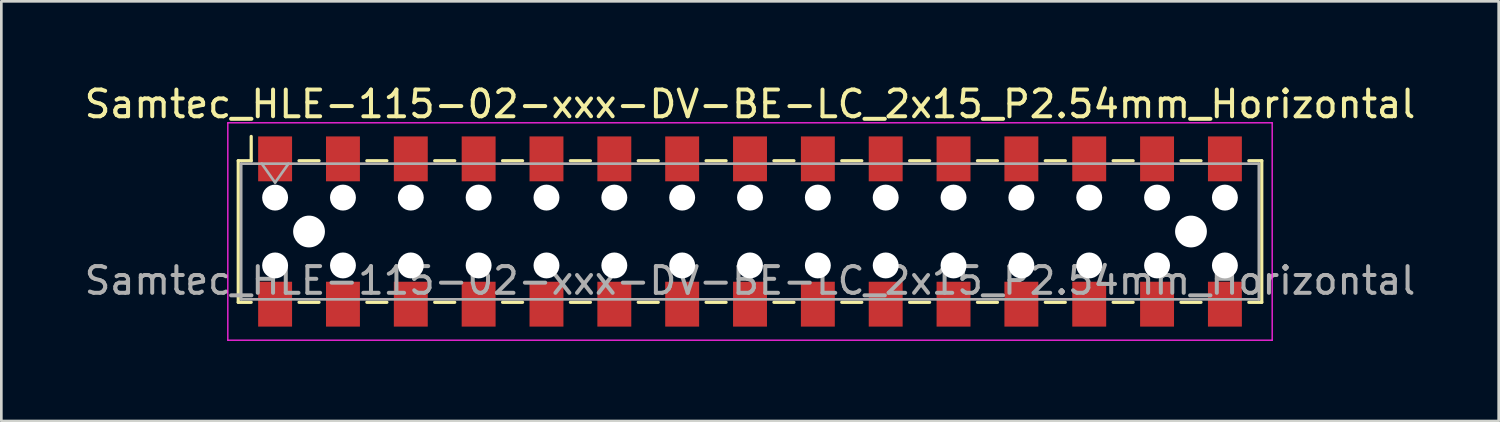
<source format=kicad_pcb>
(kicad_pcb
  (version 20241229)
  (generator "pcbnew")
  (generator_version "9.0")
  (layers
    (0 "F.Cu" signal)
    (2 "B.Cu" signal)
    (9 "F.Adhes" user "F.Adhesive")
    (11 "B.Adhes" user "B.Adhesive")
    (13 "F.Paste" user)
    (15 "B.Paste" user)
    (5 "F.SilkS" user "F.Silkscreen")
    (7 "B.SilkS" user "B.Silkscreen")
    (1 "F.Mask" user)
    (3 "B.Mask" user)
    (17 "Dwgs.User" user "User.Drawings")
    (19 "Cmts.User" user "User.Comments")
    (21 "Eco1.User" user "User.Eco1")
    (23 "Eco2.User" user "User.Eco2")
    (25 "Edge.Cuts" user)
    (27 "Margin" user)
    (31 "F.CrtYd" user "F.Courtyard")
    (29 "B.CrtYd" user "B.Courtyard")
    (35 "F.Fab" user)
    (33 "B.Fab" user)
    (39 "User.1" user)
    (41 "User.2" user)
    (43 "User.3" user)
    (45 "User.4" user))
  (footprint "Samtec_HLE-115-02-xxx-DV-BE-LC_2x15_P2.54mm_Horizontal"
    (layer "F.Cu")
    (at 25.03 5.618)
    (property "Reference" "Samtec_HLE-115-02-xxx-DV-BE-LC_2x15_P2.54mm_Horizontal" (at 0 -4.77 0) (layer "F.SilkS") (effects (font (size 1 1) (thickness 0.15))))
    (attr smd)
    (fp_line (start -19.16 -2.65) (end -19.16 2.65) (stroke (width 0.12) (type solid)) (layer "F.SilkS"))
    (fp_line (start -19.16 2.65) (end -18.675 2.65) (stroke (width 0.12) (type solid)) (layer "F.SilkS"))
    (fp_line (start -18.675 -3.56) (end -18.675 -2.65) (stroke (width 0.12) (type solid)) (layer "F.SilkS"))
    (fp_line (start -18.675 -2.65) (end -19.16 -2.65) (stroke (width 0.12) (type solid)) (layer "F.SilkS"))
    (fp_line (start -16.885 -2.65) (end -16.135 -2.65) (stroke (width 0.12) (type solid)) (layer "F.SilkS"))
    (fp_line (start -16.885 2.65) (end -16.135 2.65) (stroke (width 0.12) (type solid)) (layer "F.SilkS"))
    (fp_line (start -14.345 -2.65) (end -13.595 -2.65) (stroke (width 0.12) (type solid)) (layer "F.SilkS"))
    (fp_line (start -14.345 2.65) (end -13.595 2.65) (stroke (width 0.12) (type solid)) (layer "F.SilkS"))
    (fp_line (start -11.805 -2.65) (end -11.055 -2.65) (stroke (width 0.12) (type solid)) (layer "F.SilkS"))
    (fp_line (start -11.805 2.65) (end -11.055 2.65) (stroke (width 0.12) (type solid)) (layer "F.SilkS"))
    (fp_line (start -9.265 -2.65) (end -8.515 -2.65) (stroke (width 0.12) (type solid)) (layer "F.SilkS"))
    (fp_line (start -9.265 2.65) (end -8.515 2.65) (stroke (width 0.12) (type solid)) (layer "F.SilkS"))
    (fp_line (start -6.725 -2.65) (end -5.975 -2.65) (stroke (width 0.12) (type solid)) (layer "F.SilkS"))
    (fp_line (start -6.725 2.65) (end -5.975 2.65) (stroke (width 0.12) (type solid)) (layer "F.SilkS"))
    (fp_line (start -4.185 -2.65) (end -3.435 -2.65) (stroke (width 0.12) (type solid)) (layer "F.SilkS"))
    (fp_line (start -4.185 2.65) (end -3.435 2.65) (stroke (width 0.12) (type solid)) (layer "F.SilkS"))
    (fp_line (start -1.645 -2.65) (end -0.895 -2.65) (stroke (width 0.12) (type solid)) (layer "F.SilkS"))
    (fp_line (start -1.645 2.65) (end -0.895 2.65) (stroke (width 0.12) (type solid)) (layer "F.SilkS"))
    (fp_line (start 0.895 -2.65) (end 1.645 -2.65) (stroke (width 0.12) (type solid)) (layer "F.SilkS"))
    (fp_line (start 0.895 2.65) (end 1.645 2.65) (stroke (width 0.12) (type solid)) (layer "F.SilkS"))
    (fp_line (start 3.435 -2.65) (end 4.185 -2.65) (stroke (width 0.12) (type solid)) (layer "F.SilkS"))
    (fp_line (start 3.435 2.65) (end 4.185 2.65) (stroke (width 0.12) (type solid)) (layer "F.SilkS"))
    (fp_line (start 5.975 -2.65) (end 6.725 -2.65) (stroke (width 0.12) (type solid)) (layer "F.SilkS"))
    (fp_line (start 5.975 2.65) (end 6.725 2.65) (stroke (width 0.12) (type solid)) (layer "F.SilkS"))
    (fp_line (start 8.515 -2.65) (end 9.265 -2.65) (stroke (width 0.12) (type solid)) (layer "F.SilkS"))
    (fp_line (start 8.515 2.65) (end 9.265 2.65) (stroke (width 0.12) (type solid)) (layer "F.SilkS"))
    (fp_line (start 11.055 -2.65) (end 11.805 -2.65) (stroke (width 0.12) (type solid)) (layer "F.SilkS"))
    (fp_line (start 11.055 2.65) (end 11.805 2.65) (stroke (width 0.12) (type solid)) (layer "F.SilkS"))
    (fp_line (start 13.595 -2.65) (end 14.345 -2.65) (stroke (width 0.12) (type solid)) (layer "F.SilkS"))
    (fp_line (start 13.595 2.65) (end 14.345 2.65) (stroke (width 0.12) (type solid)) (layer "F.SilkS"))
    (fp_line (start 16.135 -2.65) (end 16.885 -2.65) (stroke (width 0.12) (type solid)) (layer "F.SilkS"))
    (fp_line (start 16.135 2.65) (end 16.885 2.65) (stroke (width 0.12) (type solid)) (layer "F.SilkS"))
    (fp_line (start 18.675 -2.65) (end 19.16 -2.65) (stroke (width 0.12) (type solid)) (layer "F.SilkS"))
    (fp_line (start 19.16 -2.65) (end 19.16 2.65) (stroke (width 0.12) (type solid)) (layer "F.SilkS"))
    (fp_line (start 19.16 2.65) (end 18.675 2.65) (stroke (width 0.12) (type solid)) (layer "F.SilkS"))
    (fp_line (start -19.55 -4.07) (end 19.55 -4.07) (stroke (width 0.05) (type solid)) (layer "F.CrtYd"))
    (fp_line (start -19.55 4.07) (end -19.55 -4.07) (stroke (width 0.05) (type solid)) (layer "F.CrtYd"))
    (fp_line (start 19.55 -4.07) (end 19.55 4.07) (stroke (width 0.05) (type solid)) (layer "F.CrtYd"))
    (fp_line (start 19.55 4.07) (end -19.55 4.07) (stroke (width 0.05) (type solid)) (layer "F.CrtYd"))
    (fp_line (start -19.05 -2.54) (end 19.05 -2.54) (stroke (width 0.1) (type solid)) (layer "F.Fab"))
    (fp_line (start -19.05 2.54) (end -19.05 -2.54) (stroke (width 0.1) (type solid)) (layer "F.Fab"))
    (fp_line (start -18.28 -2.54) (end -17.78 -1.833) (stroke (width 0.1) (type solid)) (layer "F.Fab"))
    (fp_line (start -17.78 -1.833) (end -17.28 -2.54) (stroke (width 0.1) (type solid)) (layer "F.Fab"))
    (fp_line (start 19.05 -2.54) (end 19.05 2.54) (stroke (width 0.1) (type solid)) (layer "F.Fab"))
    (fp_line (start 19.05 2.54) (end -19.05 2.54) (stroke (width 0.1) (type solid)) (layer "F.Fab"))
    (fp_text user "${REFERENCE}" (at 0 1.84 0) (layer "F.Fab") (effects (font (size 1 1) (thickness 0.15))))
    (pad "" np_thru_hole circle (at -17.78 -1.27) (size 0.97 0.97) (drill 0.97) (layers "*.Cu" "*.Mask"))
    (pad "" np_thru_hole circle (at -17.78 1.27) (size 0.97 0.97) (drill 0.97) (layers "*.Cu" "*.Mask"))
    (pad "" np_thru_hole circle (at -16.51 0) (size 1.19 1.19) (drill 1.19) (layers "*.Cu" "*.Mask"))
    (pad "" np_thru_hole circle (at -15.24 -1.27) (size 0.97 0.97) (drill 0.97) (layers "*.Cu" "*.Mask"))
    (pad "" np_thru_hole circle (at -15.24 1.27) (size 0.97 0.97) (drill 0.97) (layers "*.Cu" "*.Mask"))
    (pad "" np_thru_hole circle (at -12.7 -1.27) (size 0.97 0.97) (drill 0.97) (layers "*.Cu" "*.Mask"))
    (pad "" np_thru_hole circle (at -12.7 1.27) (size 0.97 0.97) (drill 0.97) (layers "*.Cu" "*.Mask"))
    (pad "" np_thru_hole circle (at -10.16 -1.27) (size 0.97 0.97) (drill 0.97) (layers "*.Cu" "*.Mask"))
    (pad "" np_thru_hole circle (at -10.16 1.27) (size 0.97 0.97) (drill 0.97) (layers "*.Cu" "*.Mask"))
    (pad "" np_thru_hole circle (at -7.62 -1.27) (size 0.97 0.97) (drill 0.97) (layers "*.Cu" "*.Mask"))
    (pad "" np_thru_hole circle (at -7.62 1.27) (size 0.97 0.97) (drill 0.97) (layers "*.Cu" "*.Mask"))
    (pad "" np_thru_hole circle (at -5.08 -1.27) (size 0.97 0.97) (drill 0.97) (layers "*.Cu" "*.Mask"))
    (pad "" np_thru_hole circle (at -5.08 1.27) (size 0.97 0.97) (drill 0.97) (layers "*.Cu" "*.Mask"))
    (pad "" np_thru_hole circle (at -2.54 -1.27) (size 0.97 0.97) (drill 0.97) (layers "*.Cu" "*.Mask"))
    (pad "" np_thru_hole circle (at -2.54 1.27) (size 0.97 0.97) (drill 0.97) (layers "*.Cu" "*.Mask"))
    (pad "" np_thru_hole circle (at 0 -1.27) (size 0.97 0.97) (drill 0.97) (layers "*.Cu" "*.Mask"))
    (pad "" np_thru_hole circle (at 0 1.27) (size 0.97 0.97) (drill 0.97) (layers "*.Cu" "*.Mask"))
    (pad "" np_thru_hole circle (at 2.54 -1.27) (size 0.97 0.97) (drill 0.97) (layers "*.Cu" "*.Mask"))
    (pad "" np_thru_hole circle (at 2.54 1.27) (size 0.97 0.97) (drill 0.97) (layers "*.Cu" "*.Mask"))
    (pad "" np_thru_hole circle (at 5.08 -1.27) (size 0.97 0.97) (drill 0.97) (layers "*.Cu" "*.Mask"))
    (pad "" np_thru_hole circle (at 5.08 1.27) (size 0.97 0.97) (drill 0.97) (layers "*.Cu" "*.Mask"))
    (pad "" np_thru_hole circle (at 7.62 -1.27) (size 0.97 0.97) (drill 0.97) (layers "*.Cu" "*.Mask"))
    (pad "" np_thru_hole circle (at 7.62 1.27) (size 0.97 0.97) (drill 0.97) (layers "*.Cu" "*.Mask"))
    (pad "" np_thru_hole circle (at 10.16 -1.27) (size 0.97 0.97) (drill 0.97) (layers "*.Cu" "*.Mask"))
    (pad "" np_thru_hole circle (at 10.16 1.27) (size 0.97 0.97) (drill 0.97) (layers "*.Cu" "*.Mask"))
    (pad "" np_thru_hole circle (at 12.7 -1.27) (size 0.97 0.97) (drill 0.97) (layers "*.Cu" "*.Mask"))
    (pad "" np_thru_hole circle (at 12.7 1.27) (size 0.97 0.97) (drill 0.97) (layers "*.Cu" "*.Mask"))
    (pad "" np_thru_hole circle (at 15.24 -1.27) (size 0.97 0.97) (drill 0.97) (layers "*.Cu" "*.Mask"))
    (pad "" np_thru_hole circle (at 15.24 1.27) (size 0.97 0.97) (drill 0.97) (layers "*.Cu" "*.Mask"))
    (pad "" np_thru_hole circle (at 16.51 0) (size 1.19 1.19) (drill 1.19) (layers "*.Cu" "*.Mask"))
    (pad "" np_thru_hole circle (at 17.78 -1.27) (size 0.97 0.97) (drill 0.97) (layers "*.Cu" "*.Mask"))
    (pad "" np_thru_hole circle (at 17.78 1.27) (size 0.97 0.97) (drill 0.97) (layers "*.Cu" "*.Mask"))
    (pad "1" smd rect (at -17.78 -2.72) (size 1.27 1.68) (layers "F.Cu" "F.Mask" "F.Paste"))
    (pad "2" smd rect (at -17.78 2.72) (size 1.27 1.68) (layers "F.Cu" "F.Mask" "F.Paste"))
    (pad "3" smd rect (at -15.24 -2.72) (size 1.27 1.68) (layers "F.Cu" "F.Mask" "F.Paste"))
    (pad "4" smd rect (at -15.24 2.72) (size 1.27 1.68) (layers "F.Cu" "F.Mask" "F.Paste"))
    (pad "5" smd rect (at -12.7 -2.72) (size 1.27 1.68) (layers "F.Cu" "F.Mask" "F.Paste"))
    (pad "6" smd rect (at -12.7 2.72) (size 1.27 1.68) (layers "F.Cu" "F.Mask" "F.Paste"))
    (pad "7" smd rect (at -10.16 -2.72) (size 1.27 1.68) (layers "F.Cu" "F.Mask" "F.Paste"))
    (pad "8" smd rect (at -10.16 2.72) (size 1.27 1.68) (layers "F.Cu" "F.Mask" "F.Paste"))
    (pad "9" smd rect (at -7.62 -2.72) (size 1.27 1.68) (layers "F.Cu" "F.Mask" "F.Paste"))
    (pad "10" smd rect (at -7.62 2.72) (size 1.27 1.68) (layers "F.Cu" "F.Mask" "F.Paste"))
    (pad "11" smd rect (at -5.08 -2.72) (size 1.27 1.68) (layers "F.Cu" "F.Mask" "F.Paste"))
    (pad "12" smd rect (at -5.08 2.72) (size 1.27 1.68) (layers "F.Cu" "F.Mask" "F.Paste"))
    (pad "13" smd rect (at -2.54 -2.72) (size 1.27 1.68) (layers "F.Cu" "F.Mask" "F.Paste"))
    (pad "14" smd rect (at -2.54 2.72) (size 1.27 1.68) (layers "F.Cu" "F.Mask" "F.Paste"))
    (pad "15" smd rect (at 0 -2.72) (size 1.27 1.68) (layers "F.Cu" "F.Mask" "F.Paste"))
    (pad "16" smd rect (at 0 2.72) (size 1.27 1.68) (layers "F.Cu" "F.Mask" "F.Paste"))
    (pad "17" smd rect (at 2.54 -2.72) (size 1.27 1.68) (layers "F.Cu" "F.Mask" "F.Paste"))
    (pad "18" smd rect (at 2.54 2.72) (size 1.27 1.68) (layers "F.Cu" "F.Mask" "F.Paste"))
    (pad "19" smd rect (at 5.08 -2.72) (size 1.27 1.68) (layers "F.Cu" "F.Mask" "F.Paste"))
    (pad "20" smd rect (at 5.08 2.72) (size 1.27 1.68) (layers "F.Cu" "F.Mask" "F.Paste"))
    (pad "21" smd rect (at 7.62 -2.72) (size 1.27 1.68) (layers "F.Cu" "F.Mask" "F.Paste"))
    (pad "22" smd rect (at 7.62 2.72) (size 1.27 1.68) (layers "F.Cu" "F.Mask" "F.Paste"))
    (pad "23" smd rect (at 10.16 -2.72) (size 1.27 1.68) (layers "F.Cu" "F.Mask" "F.Paste"))
    (pad "24" smd rect (at 10.16 2.72) (size 1.27 1.68) (layers "F.Cu" "F.Mask" "F.Paste"))
    (pad "25" smd rect (at 12.7 -2.72) (size 1.27 1.68) (layers "F.Cu" "F.Mask" "F.Paste"))
    (pad "26" smd rect (at 12.7 2.72) (size 1.27 1.68) (layers "F.Cu" "F.Mask" "F.Paste"))
    (pad "27" smd rect (at 15.24 -2.72) (size 1.27 1.68) (layers "F.Cu" "F.Mask" "F.Paste"))
    (pad "28" smd rect (at 15.24 2.72) (size 1.27 1.68) (layers "F.Cu" "F.Mask" "F.Paste"))
    (pad "29" smd rect (at 17.78 -2.72) (size 1.27 1.68) (layers "F.Cu" "F.Mask" "F.Paste"))
    (pad "30" smd rect (at 17.78 2.72) (size 1.27 1.68) (layers "F.Cu" "F.Mask" "F.Paste")))
  (gr_rect
    (start -3 -3)
    (end 53.06 12.713)
    (stroke (width 0.1) (type default))
    (fill no)
    (layer "Edge.Cuts")))
</source>
